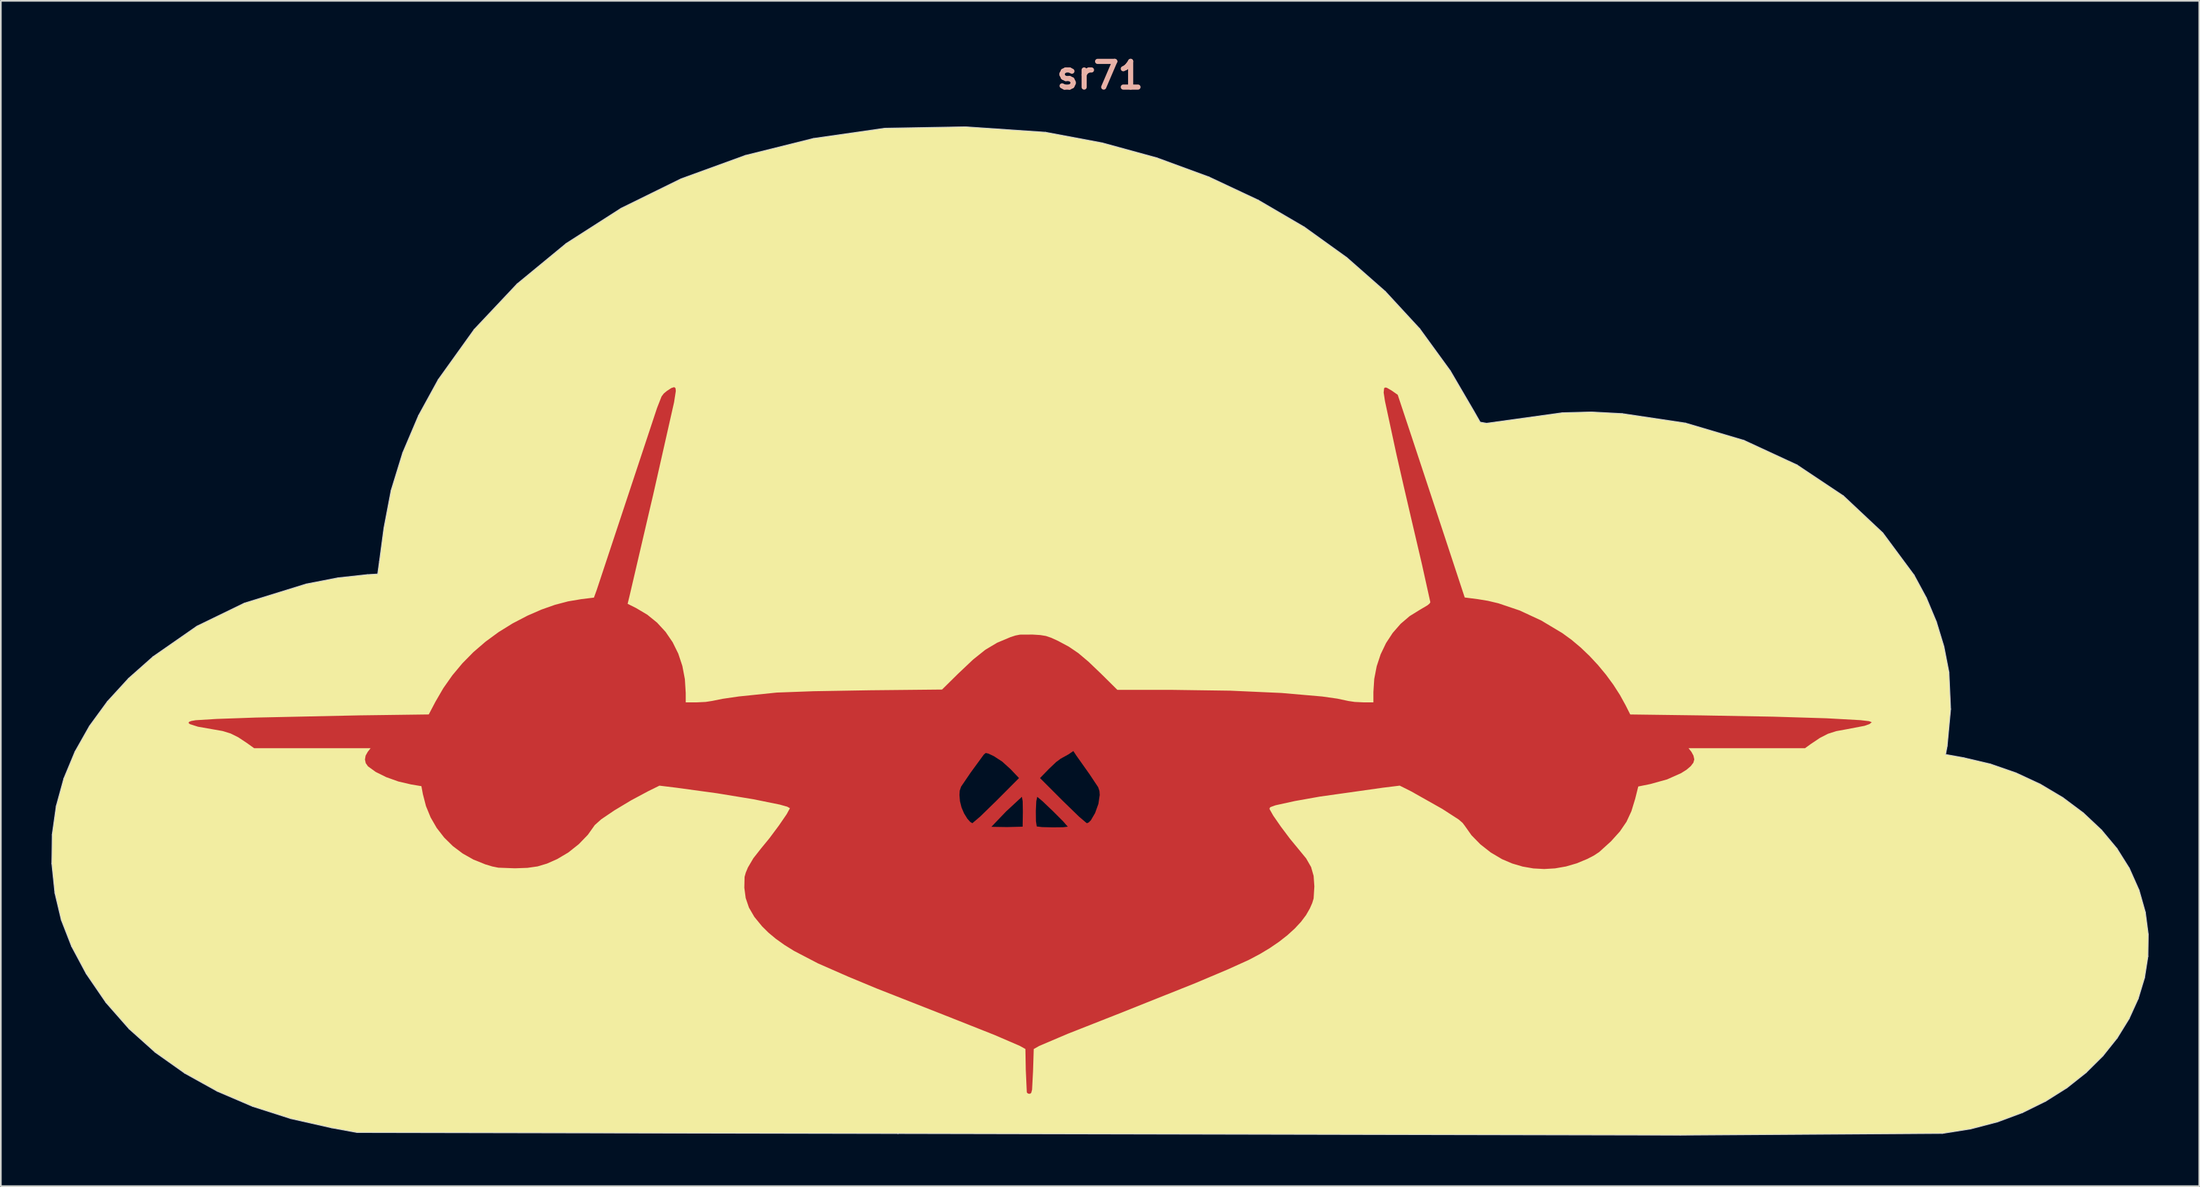
<source format=kicad_pcb>
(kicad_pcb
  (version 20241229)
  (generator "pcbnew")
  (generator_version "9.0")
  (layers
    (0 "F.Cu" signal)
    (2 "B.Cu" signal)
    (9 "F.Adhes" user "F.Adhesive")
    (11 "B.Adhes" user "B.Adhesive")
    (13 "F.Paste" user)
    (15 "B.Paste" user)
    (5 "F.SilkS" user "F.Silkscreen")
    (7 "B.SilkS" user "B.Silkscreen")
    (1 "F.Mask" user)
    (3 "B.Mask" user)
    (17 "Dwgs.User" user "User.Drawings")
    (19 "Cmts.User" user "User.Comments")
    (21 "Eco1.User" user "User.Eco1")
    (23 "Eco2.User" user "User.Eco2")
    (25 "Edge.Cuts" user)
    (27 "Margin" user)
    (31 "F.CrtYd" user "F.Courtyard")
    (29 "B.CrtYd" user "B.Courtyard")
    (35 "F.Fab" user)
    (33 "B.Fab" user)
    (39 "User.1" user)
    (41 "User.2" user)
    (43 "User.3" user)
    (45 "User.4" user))
  (footprint "sr71"
    (layer "F.Cu")
    (at 62.193 34.376)
    (property "Reference" "sr71" (at 0 -32.95 0) (layer "B.SilkS") (effects (font (size 1.524 1.524) (thickness 0.305))))
    (attr smd)
    (fp_poly (pts (xy -7.977 -29.902) (xy -1.584 7.122) (xy -1.399 7.401) (xy -0.617 8.506) (xy -0.114 9.263) (xy -0.036 9.49) (xy -0.019 9.726) (xy -0.098 10.254) (xy -0.295 10.801) (xy -0.545 11.229) (xy -0.671 11.356) (xy -0.787 11.402) (xy -1.25 11.009) (xy -2.223 10.063) (xy -3.56 8.724) (xy -3.025 8.173) (xy -2.6 7.77) (xy -2.332 7.572) (xy -1.879 7.322) (xy -1.584 7.122) (xy -1.584 7.122) (xy -7.977 -29.902) (xy -6.785 7.237) (xy -6.624 7.271) (xy -6.298 7.426) (xy -5.805 7.746) (xy -5.307 8.197) (xy -4.806 8.724) (xy -6.14 10.063) (xy -7.111 11.009) (xy -7.574 11.402) (xy -7.702 11.323) (xy -7.871 11.134) (xy -8.069 10.813) (xy -8.217 10.463) (xy -8.308 10.098) (xy -8.339 9.732) (xy -8.323 9.472) (xy -8.241 9.232) (xy -7.671 8.395) (xy -6.897 7.335) (xy -6.785 7.237) (xy -6.785 7.237) (xy -7.977 -29.902) (xy -4.635 9.836) (xy -4.589 10.097) (xy -4.578 10.722) (xy -4.592 11.608) (xy -5.519 11.631) (xy -6.446 11.616) (xy -5.568 10.7) (xy -4.635 9.836) (xy -4.635 9.836) (xy -4.635 9.836) (xy -7.977 -29.902) (xy -3.725 9.836) (xy -3.407 10.102) (xy -2.789 10.692) (xy -2.185 11.297) (xy -1.914 11.608) (xy -2.193 11.641) (xy -2.811 11.648) (xy -3.44 11.632) (xy -3.754 11.594) (xy -3.802 11.281) (xy -3.809 10.681) (xy -3.782 10.098) (xy -3.725 9.836) (xy -3.725 9.836) (xy -3.725 9.836) (xy -7.977 -29.902) (xy -12.767 -29.818) (xy -16.992 -29.213) (xy -21.031 -28.207) (xy -24.847 -26.819) (xy -28.401 -25.072) (xy -31.657 -22.986) (xy -34.574 -20.583) (xy -37.117 -17.884) (xy -39.248 -14.91) (xy -40.418 -12.778) (xy -41.356 -10.571) (xy -42.046 -8.332) (xy -42.47 -6.107) (xy -42.736 -4.112) (xy -42.839 -3.376) (xy -43.452 -3.341) (xy -45.19 -3.152) (xy -47.072 -2.787) (xy -50.746 -1.651) (xy -53.56 -0.284) (xy -56.166 1.527) (xy -57.613 2.809) (xy -58.869 4.181) (xy -59.931 5.635) (xy -60.794 7.16) (xy -61.454 8.747) (xy -61.905 10.389) (xy -62.144 12.076) (xy -62.166 13.798) (xy -61.985 15.538) (xy -61.605 17.14) (xy -60.996 18.704) (xy -60.127 20.328) (xy -58.956 22.039) (xy -57.588 23.596) (xy -56.029 24.994) (xy -54.284 26.229) (xy -52.359 27.298) (xy -50.26 28.197) (xy -47.993 28.923) (xy -45.563 29.471) (xy -44.065 29.745) (xy -11.986 29.807) (xy -11.986 29.807) (xy -11.986 29.807) (xy 34.41 29.902) (xy 49.951 29.802) (xy 51.636 29.534) (xy 53.226 29.118) (xy 54.713 28.565) (xy 56.089 27.886) (xy 57.346 27.093) (xy 58.477 26.197) (xy 59.473 25.209) (xy 60.326 24.141) (xy 61.028 23.004) (xy 61.571 21.81) (xy 61.947 20.569) (xy 62.148 19.294) (xy 62.166 17.995) (xy 61.994 16.685) (xy 61.622 15.373) (xy 61.043 14.072) (xy 60.307 12.901) (xy 59.391 11.803) (xy 58.315 10.792) (xy 57.098 9.882) (xy 55.761 9.087) (xy 54.325 8.419) (xy 52.81 7.893) (xy 51.235 7.522) (xy 50.145 7.325) (xy 50.24 6.821) (xy 50.443 4.636) (xy 50.345 2.451) (xy 50.048 0.925) (xy 49.6 -0.548) (xy 49.007 -1.964) (xy 48.277 -3.317) (xy 46.423 -5.817) (xy 44.091 -8.008) (xy 41.33 -9.85) (xy 38.189 -11.304) (xy 34.719 -12.331) (xy 30.969 -12.89) (xy 29.14 -12.988) (xy 27.418 -12.942) (xy 22.925 -12.319) (xy 22.544 -12.384) (xy 22.176 -13.028) (xy 20.771 -15.434) (xy 18.959 -17.925) (xy 16.922 -20.132) (xy 14.634 -22.146) (xy 12.113 -23.957) (xy 9.382 -25.554) (xy 6.461 -26.926) (xy 3.37 -28.061) (xy 0.13 -28.949) (xy -3.237 -29.58) (xy -7.977 -29.902)) (stroke (width 0) (type solid)) (fill yes) (layer "F.Cu"))
    (fp_poly (pts (xy -3.754 11.594) (xy -3.725 9.837) (xy -1.914 11.608) (xy -3.754 11.594) (xy -3.754 11.594)) (stroke (width 0.022) (type solid)) (fill yes) (layer "F.Mask"))
    (fp_poly (pts (xy -6.446 11.616) (xy -4.636 9.837) (xy -4.578 10.722) (xy -4.592 11.608) (xy -5.519 11.631) (xy -6.446 11.616) (xy -6.446 11.616)) (stroke (width 0.022) (type solid)) (fill yes) (layer "F.Mask"))
    (fp_poly (pts (xy -7.871 11.134) (xy -8.339 9.732) (xy -7.672 8.395) (xy -6.897 7.335) (xy -6.298 7.426) (xy -5.307 8.197) (xy -4.806 8.724) (xy -6.14 10.063) (xy -7.573 11.402) (xy -7.871 11.134) (xy -7.871 11.134)) (stroke (width 0.022) (type solid)) (fill yes) (layer "F.Mask"))
    (fp_poly (pts (xy -2.181 10.073) (xy -3.518 8.735) (xy -2.983 8.184) (xy -2.29 7.583) (xy -1.837 7.333) (xy -1.542 7.132) (xy -1.357 7.412) (xy -0.574 8.517) (xy 0.023 9.736) (xy -0.744 11.412) (xy -2.181 10.073)) (stroke (width 0.022) (type solid)) (fill yes) (layer "F.Mask"))
    (fp_poly (pts (xy 26.332 3.115) (xy 23.359 5.336) (xy 24.045 4.838) (xy 24.798 4.468) (xy 25.486 4.311) (xy 26.35 4.246) (xy 26.35 4.246) (xy 26.851 4.258) (xy 27.274 4.312) (xy 27.683 4.424) (xy 28.095 4.589) (xy 28.5 4.799) (xy 28.891 5.049) (xy 29.257 5.332) (xy 29.59 5.642) (xy 29.88 5.971) (xy 30.118 6.314) (xy 30.406 6.845) (xy 30.598 7.343) (xy 30.714 7.872) (xy 30.773 8.494) (xy 30.774 9.31) (xy 30.715 9.63) (xy 30.603 10.02) (xy 30.396 10.58) (xy 30.14 11.069) (xy 29.814 11.52) (xy 29.4 11.964) (xy 28.915 12.351) (xy 28.324 12.695) (xy 27.692 12.963) (xy 27.081 13.124) (xy 26.625 13.18) (xy 26.183 13.194) (xy 25.752 13.166) (xy 25.332 13.095) (xy 24.921 12.981) (xy 24.519 12.824) (xy 24.124 12.623) (xy 23.735 12.379) (xy 23.36 12.109) (xy 23.089 11.874) (xy 22.857 11.606) (xy 22.598 11.24) (xy 22.29 10.705) (xy 22.058 10.137) (xy 21.905 9.546) (xy 21.83 8.942) (xy 21.834 8.336) (xy 21.918 7.736) (xy 22.082 7.155) (xy 22.327 6.602) (xy 22.532 6.261) (xy 22.775 5.934) (xy 23.359 5.336) (xy 26.332 3.115) (xy 25.512 3.152) (xy 24.863 3.28) (xy 24.044 3.622) (xy 23.315 4.061) (xy 22.682 4.588) (xy 22.15 5.196) (xy 21.726 5.876) (xy 21.415 6.621) (xy 21.223 7.422) (xy 21.157 8.273) (xy 21.223 9.094) (xy 21.42 9.882) (xy 21.739 10.623) (xy 22.17 11.305) (xy 22.704 11.918) (xy 23.333 12.448) (xy 24.047 12.883) (xy 24.838 13.212) (xy 24.838 13.212) (xy 25.489 13.341) (xy 26.295 13.383) (xy 27.113 13.339) (xy 27.8 13.207) (xy 28.653 12.865) (xy 29.425 12.389) (xy 30.099 11.792) (xy 30.393 11.452) (xy 30.655 11.086) (xy 30.969 10.536) (xy 31.213 9.958) (xy 31.386 9.361) (xy 31.488 8.752) (xy 31.516 8.138) (xy 31.471 7.527) (xy 31.353 6.927) (xy 31.159 6.344) (xy 30.913 5.828) (xy 30.608 5.34) (xy 30.249 4.884) (xy 29.842 4.468) (xy 29.395 4.096) (xy 28.914 3.774) (xy 28.404 3.509) (xy 27.873 3.307) (xy 27.17 3.167) (xy 26.332 3.115) (xy 26.332 3.115)) (stroke (width 0) (type solid)) (fill yes) (layer "F.Mask"))
    (fp_poly (pts (xy -34.528 3.098) (xy -37.273 5.181) (xy -36.848 4.876) (xy -36.28 4.588) (xy -35.629 4.382) (xy -34.933 4.263) (xy -34.23 4.238) (xy -34.23 4.238) (xy -34.23 4.238) (xy -33.777 4.276) (xy -33.35 4.36) (xy -32.79 4.553) (xy -32.251 4.83) (xy -31.745 5.179) (xy -31.283 5.588) (xy -30.876 6.048) (xy -30.536 6.546) (xy -30.273 7.071) (xy -30.099 7.612) (xy -30.029 8.141) (xy -30.015 8.789) (xy -30.053 9.427) (xy -30.141 9.925) (xy -30.372 10.539) (xy -30.685 11.107) (xy -31.072 11.62) (xy -31.525 12.073) (xy -32.035 12.457) (xy -32.595 12.766) (xy -33.194 12.991) (xy -33.826 13.127) (xy -33.826 13.127) (xy -34.568 13.205) (xy -35.57 13.037) (xy -36.008 12.909) (xy -36.412 12.748) (xy -36.786 12.552) (xy -37.136 12.318) (xy -37.468 12.044) (xy -37.786 11.727) (xy -38.115 11.329) (xy -38.388 10.907) (xy -38.608 10.465) (xy -38.775 10.006) (xy -38.889 9.536) (xy -38.952 9.06) (xy -38.963 8.58) (xy -38.923 8.103) (xy -38.833 7.632) (xy -38.693 7.171) (xy -38.505 6.725) (xy -38.268 6.299) (xy -37.983 5.897) (xy -37.651 5.522) (xy -37.273 5.181) (xy -34.528 3.098) (xy -34.829 3.109) (xy -35.764 3.243) (xy -36.195 3.365) (xy -36.605 3.524) (xy -36.996 3.723) (xy -37.371 3.961) (xy -37.732 4.241) (xy -38.082 4.563) (xy -38.702 5.265) (xy -39.156 5.984) (xy -39.466 6.765) (xy -39.656 7.653) (xy -39.699 8.356) (xy -39.629 9.071) (xy -39.448 9.798) (xy -39.153 10.537) (xy -38.856 11.066) (xy -38.483 11.562) (xy -38.045 12.015) (xy -37.554 12.419) (xy -37.02 12.765) (xy -36.454 13.045) (xy -35.867 13.252) (xy -35.27 13.376) (xy -34.727 13.423) (xy -34.195 13.417) (xy -33.676 13.36) (xy -33.174 13.254) (xy -32.69 13.101) (xy -32.227 12.903) (xy -31.788 12.662) (xy -31.376 12.38) (xy -30.993 12.058) (xy -30.642 11.7) (xy -30.326 11.306) (xy -30.046 10.879) (xy -29.806 10.421) (xy -29.608 9.934) (xy -29.455 9.42) (xy -29.35 8.88) (xy -29.308 8.357) (xy -29.329 7.82) (xy -29.411 7.278) (xy -29.551 6.742) (xy -29.746 6.219) (xy -29.993 5.72) (xy -30.289 5.253) (xy -30.631 4.827) (xy -31.035 4.423) (xy -31.467 4.072) (xy -31.924 3.773) (xy -32.406 3.527) (xy -32.909 3.336) (xy -33.431 3.201) (xy -33.972 3.121) (xy -34.528 3.098) (xy -34.528 3.098) (xy -34.528 3.098)) (stroke (width 0) (type solid)) (fill yes) (layer "F.Mask"))
    (fp_poly (pts (xy -7.977 -29.902) (xy -25.255 -14.464) (xy -25.18 -14.404) (xy -25.16 -14.239) (xy -25.265 -13.563) (xy -26.503 -8.084) (xy -26.668 -7.383) (xy -27.903 -2.087) (xy -28.019 -1.612) (xy -27.511 -1.357) (xy -26.854 -0.967) (xy -26.273 -0.496) (xy -25.77 0.051) (xy -25.35 0.665) (xy -25.016 1.342) (xy -24.773 2.074) (xy -24.624 2.855) (xy -24.573 3.678) (xy -24.572 4.234) (xy -23.933 4.234) (xy -23.397 4.209) (xy -23.006 4.149) (xy -22.395 4.025) (xy -21.425 3.884) (xy -19.175 3.653) (xy -16.998 3.573) (xy -13.614 3.516) (xy -9.371 3.474) (xy -8.423 2.539) (xy -7.529 1.694) (xy -6.798 1.11) (xy -6.103 0.697) (xy -5.314 0.365) (xy -5.019 0.269) (xy -4.748 0.217) (xy -3.996 0.213) (xy -3.539 0.242) (xy -3.207 0.297) (xy -2.893 0.404) (xy -2.491 0.589) (xy -1.858 0.927) (xy -1.288 1.314) (xy -0.68 1.827) (xy 0.071 2.546) (xy 1.026 3.492) (xy 4.273 3.493) (xy 7.723 3.541) (xy 10.764 3.677) (xy 13.173 3.886) (xy 14.072 4.013) (xy 14.729 4.153) (xy 15.108 4.209) (xy 15.615 4.233) (xy 16.212 4.234) (xy 16.212 3.623) (xy 16.262 2.845) (xy 16.407 2.095) (xy 16.642 1.383) (xy 16.961 0.718) (xy 17.358 0.113) (xy 17.828 -0.425) (xy 18.364 -0.883) (xy 18.961 -1.252) (xy 19.419 -1.523) (xy 19.545 -1.629) (xy 19.589 -1.706) (xy 19.087 -3.972) (xy 18.462 -6.642) (xy 18.232 -7.63) (xy 17.993 -8.66) (xy 17.57 -10.514) (xy 16.899 -13.629) (xy 16.82 -14.144) (xy 16.849 -14.401) (xy 16.909 -14.442) (xy 17.004 -14.429) (xy 17.303 -14.255) (xy 17.654 -14.009) (xy 18.447 -11.623) (xy 20.434 -5.612) (xy 21.628 -1.987) (xy 22.401 -1.888) (xy 23.004 -1.789) (xy 23.624 -1.642) (xy 24.895 -1.213) (xy 26.173 -0.618) (xy 27.416 0.126) (xy 27.966 0.526) (xy 28.508 0.982) (xy 29.034 1.485) (xy 29.537 2.026) (xy 30.01 2.597) (xy 30.444 3.189) (xy 30.833 3.794) (xy 31.168 4.403) (xy 31.445 4.952) (xy 35.714 5.008) (xy 39.907 5.082) (xy 43.086 5.178) (xy 45.093 5.289) (xy 45.607 5.349) (xy 45.769 5.41) (xy 45.642 5.518) (xy 45.341 5.626) (xy 44.257 5.833) (xy 43.662 5.941) (xy 43.166 6.1) (xy 42.688 6.346) (xy 42.145 6.711) (xy 41.811 6.953) (xy 38.357 6.953) (xy 34.903 6.953) (xy 35.074 7.17) (xy 35.194 7.391) (xy 35.244 7.616) (xy 35.19 7.812) (xy 35.033 8.018) (xy 34.788 8.227) (xy 34.464 8.432) (xy 33.632 8.803) (xy 32.633 9.08) (xy 31.921 9.224) (xy 31.738 9.955) (xy 31.512 10.694) (xy 31.222 11.318) (xy 30.831 11.891) (xy 30.301 12.479) (xy 29.6 13.114) (xy 29.28 13.324) (xy 28.9 13.521) (xy 28.271 13.782) (xy 27.632 13.968) (xy 26.987 14.081) (xy 26.342 14.119) (xy 25.699 14.084) (xy 25.065 13.974) (xy 24.443 13.791) (xy 23.839 13.533) (xy 23.173 13.139) (xy 22.553 12.651) (xy 22.026 12.112) (xy 21.637 11.561) (xy 21.5 11.381) (xy 21.261 11.176) (xy 20.302 10.556) (xy 18.455 9.514) (xy 17.774 9.173) (xy 16.766 9.297) (xy 13.026 9.825) (xy 11.553 10.087) (xy 10.409 10.338) (xy 10.112 10.444) (xy 10.058 10.501) (xy 10.055 10.569) (xy 10.271 10.951) (xy 10.724 11.605) (xy 11.267 12.328) (xy 11.752 12.916) (xy 12.223 13.49) (xy 12.516 14.001) (xy 12.667 14.528) (xy 12.71 15.151) (xy 12.667 15.864) (xy 12.586 16.133) (xy 12.443 16.458) (xy 12.219 16.85) (xy 11.921 17.247) (xy 11.551 17.646) (xy 11.116 18.042) (xy 10.62 18.431) (xy 10.069 18.808) (xy 9.467 19.169) (xy 8.82 19.511) (xy 7.562 20.08) (xy 5.645 20.89) (xy 1.134 22.691) (xy -1.915 23.892) (xy -3.603 24.61) (xy -3.933 24.796) (xy -3.974 26.11) (xy -4.032 27.211) (xy -4.082 27.397) (xy -4.159 27.453) (xy -4.273 27.44) (xy -4.344 27.371) (xy -4.405 26.029) (xy -4.427 24.795) (xy -4.757 24.61) (xy -6.26 23.962) (xy -9.165 22.811) (xy -13.243 21.207) (xy -14.932 20.505) (xy -16.734 19.714) (xy -18.147 18.977) (xy -18.726 18.617) (xy -19.23 18.257) (xy -19.667 17.893) (xy -20.044 17.52) (xy -20.504 16.957) (xy -20.824 16.407) (xy -21.017 15.84) (xy -21.098 15.228) (xy -21.083 14.585) (xy -21.013 14.335) (xy -20.885 14.029) (xy -20.561 13.478) (xy -20.104 12.897) (xy -19.61 12.295) (xy -19.047 11.539) (xy -18.585 10.866) (xy -18.393 10.513) (xy -18.55 10.423) (xy -18.991 10.299) (xy -20.549 9.982) (xy -22.712 9.627) (xy -25.125 9.297) (xy -26.132 9.174) (xy -26.809 9.508) (xy -27.812 10.045) (xy -28.801 10.639) (xy -29.584 11.169) (xy -29.968 11.513) (xy -30.377 12.088) (xy -30.914 12.644) (xy -31.535 13.137) (xy -32.193 13.528) (xy -32.801 13.797) (xy -33.359 13.964) (xy -33.962 14.05) (xy -34.706 14.076) (xy -35.685 14.04) (xy -36.043 13.968) (xy -36.461 13.842) (xy -37.16 13.561) (xy -37.803 13.198) (xy -38.386 12.759) (xy -38.9 12.252) (xy -39.342 11.683) (xy -39.703 11.059) (xy -39.979 10.387) (xy -40.163 9.675) (xy -40.25 9.205) (xy -40.864 9.102) (xy -41.612 8.928) (xy -42.333 8.671) (xy -42.958 8.362) (xy -43.419 8.028) (xy -43.551 7.841) (xy -43.598 7.623) (xy -43.559 7.393) (xy -43.434 7.17) (xy -43.263 6.953) (xy -46.716 6.953) (xy -50.169 6.953) (xy -50.615 6.635) (xy -51.116 6.303) (xy -51.564 6.081) (xy -52.041 5.934) (xy -52.633 5.83) (xy -53.501 5.678) (xy -53.979 5.527) (xy -54.061 5.457) (xy -54.035 5.393) (xy -53.895 5.338) (xy -53.638 5.293) (xy -52.399 5.217) (xy -50.09 5.136) (xy -43.913 5.005) (xy -39.814 4.951) (xy -39.416 4.194) (xy -38.949 3.391) (xy -38.416 2.632) (xy -37.82 1.918) (xy -37.163 1.251) (xy -36.446 0.634) (xy -35.671 0.066) (xy -34.84 -0.449) (xy -33.955 -0.91) (xy -33.124 -1.272) (xy -32.326 -1.553) (xy -31.548 -1.757) (xy -30.775 -1.887) (xy -30.017 -1.98) (xy -29.851 -2.437) (xy -26.275 -13.225) (xy -26.008 -13.907) (xy -25.875 -14.085) (xy -25.696 -14.234) (xy -25.426 -14.411) (xy -25.255 -14.464) (xy -25.255 -14.464) (xy -25.255 -14.464) (xy -7.977 -29.902) (xy -12.767 -29.818) (xy -16.992 -29.213) (xy -21.031 -28.207) (xy -24.847 -26.819) (xy -28.401 -25.072) (xy -31.657 -22.986) (xy -34.574 -20.583) (xy -37.117 -17.884) (xy -39.248 -14.91) (xy -40.418 -12.778) (xy -41.356 -10.571) (xy -42.046 -8.332) (xy -42.47 -6.107) (xy -42.736 -4.112) (xy -42.839 -3.376) (xy -43.452 -3.341) (xy -45.19 -3.152) (xy -47.072 -2.787) (xy -50.746 -1.651) (xy -53.56 -0.284) (xy -56.166 1.527) (xy -57.613 2.809) (xy -58.869 4.181) (xy -59.931 5.635) (xy -60.794 7.16) (xy -61.454 8.747) (xy -61.905 10.389) (xy -62.144 12.076) (xy -62.166 13.798) (xy -61.985 15.538) (xy -61.605 17.14) (xy -60.996 18.704) (xy -60.127 20.328) (xy -58.956 22.039) (xy -57.588 23.596) (xy -56.029 24.994) (xy -54.284 26.229) (xy -52.359 27.298) (xy -50.26 28.197) (xy -47.993 28.923) (xy -45.563 29.471) (xy -44.065 29.745) (xy -11.986 29.807) (xy -11.986 29.807) (xy -11.986 29.807) (xy 34.41 29.902) (xy 49.951 29.802) (xy 51.636 29.534) (xy 53.226 29.118) (xy 54.713 28.565) (xy 56.089 27.886) (xy 57.346 27.093) (xy 58.477 26.197) (xy 59.473 25.209) (xy 60.326 24.141) (xy 61.028 23.004) (xy 61.571 21.81) (xy 61.947 20.569) (xy 62.148 19.294) (xy 62.166 17.995) (xy 61.994 16.685) (xy 61.622 15.373) (xy 61.043 14.072) (xy 60.307 12.901) (xy 59.391 11.803) (xy 58.315 10.792) (xy 57.098 9.882) (xy 55.761 9.087) (xy 54.325 8.419) (xy 52.81 7.893) (xy 51.235 7.522) (xy 50.145 7.325) (xy 50.24 6.821) (xy 50.443 4.636) (xy 50.345 2.451) (xy 50.048 0.925) (xy 49.6 -0.548) (xy 49.007 -1.964) (xy 48.277 -3.317) (xy 46.423 -5.817) (xy 44.091 -8.008) (xy 41.33 -9.85) (xy 38.189 -11.304) (xy 34.719 -12.331) (xy 30.969 -12.89) (xy 29.14 -12.988) (xy 27.418 -12.942) (xy 22.925 -12.319) (xy 22.544 -12.384) (xy 22.176 -13.028) (xy 20.771 -15.434) (xy 18.959 -17.925) (xy 16.922 -20.132) (xy 14.634 -22.146) (xy 12.113 -23.957) (xy 9.382 -25.554) (xy 6.461 -26.926) (xy 3.37 -28.061) (xy 0.13 -28.949) (xy -3.237 -29.58) (xy -7.977 -29.902)) (stroke (width 0) (type solid)) (fill yes) (layer "F.SilkS"))
    (fp_line (start -62.166 13.798) (end -62.144 12.076) (stroke (width 0.053) (type solid)) (layer "Edge.Cuts"))
    (fp_line (start -62.144 12.076) (end -61.905 10.389) (stroke (width 0.053) (type solid)) (layer "Edge.Cuts"))
    (fp_line (start -61.985 15.539) (end -62.166 13.798) (stroke (width 0.053) (type solid)) (layer "Edge.Cuts"))
    (fp_line (start -61.905 10.389) (end -61.454 8.747) (stroke (width 0.053) (type solid)) (layer "Edge.Cuts"))
    (fp_line (start -61.605 17.14) (end -61.985 15.539) (stroke (width 0.053) (type solid)) (layer "Edge.Cuts"))
    (fp_line (start -61.454 8.747) (end -60.794 7.159) (stroke (width 0.053) (type solid)) (layer "Edge.Cuts"))
    (fp_line (start -60.996 18.703) (end -61.605 17.14) (stroke (width 0.053) (type solid)) (layer "Edge.Cuts"))
    (fp_line (start -60.794 7.159) (end -59.932 5.635) (stroke (width 0.053) (type solid)) (layer "Edge.Cuts"))
    (fp_line (start -60.127 20.328) (end -60.996 18.703) (stroke (width 0.053) (type solid)) (layer "Edge.Cuts"))
    (fp_line (start -59.932 5.635) (end -58.87 4.182) (stroke (width 0.053) (type solid)) (layer "Edge.Cuts"))
    (fp_line (start -58.956 22.039) (end -60.127 20.328) (stroke (width 0.053) (type solid)) (layer "Edge.Cuts"))
    (fp_line (start -58.87 4.182) (end -57.613 2.81) (stroke (width 0.053) (type solid)) (layer "Edge.Cuts"))
    (fp_line (start -57.613 2.81) (end -56.166 1.528) (stroke (width 0.053) (type solid)) (layer "Edge.Cuts"))
    (fp_line (start -57.588 23.596) (end -58.956 22.039) (stroke (width 0.053) (type solid)) (layer "Edge.Cuts"))
    (fp_line (start -56.166 1.528) (end -53.56 -0.285) (stroke (width 0.053) (type solid)) (layer "Edge.Cuts"))
    (fp_line (start -56.029 24.993) (end -57.588 23.596) (stroke (width 0.053) (type solid)) (layer "Edge.Cuts"))
    (fp_line (start -54.284 26.229) (end -56.029 24.993) (stroke (width 0.053) (type solid)) (layer "Edge.Cuts"))
    (fp_line (start -53.56 -0.285) (end -50.746 -1.651) (stroke (width 0.053) (type solid)) (layer "Edge.Cuts"))
    (fp_line (start -52.359 27.298) (end -54.284 26.229) (stroke (width 0.053) (type solid)) (layer "Edge.Cuts"))
    (fp_line (start -50.746 -1.651) (end -47.072 -2.787) (stroke (width 0.053) (type solid)) (layer "Edge.Cuts"))
    (fp_line (start -50.26 28.197) (end -52.359 27.298) (stroke (width 0.053) (type solid)) (layer "Edge.Cuts"))
    (fp_line (start -47.993 28.923) (end -50.26 28.197) (stroke (width 0.053) (type solid)) (layer "Edge.Cuts"))
    (fp_line (start -47.072 -2.787) (end -45.19 -3.152) (stroke (width 0.053) (type solid)) (layer "Edge.Cuts"))
    (fp_line (start -45.563 29.471) (end -47.993 28.923) (stroke (width 0.053) (type solid)) (layer "Edge.Cuts"))
    (fp_line (start -45.19 -3.152) (end -43.452 -3.341) (stroke (width 0.053) (type solid)) (layer "Edge.Cuts"))
    (fp_line (start -44.064 29.745) (end -45.563 29.471) (stroke (width 0.053) (type solid)) (layer "Edge.Cuts"))
    (fp_line (start -43.452 -3.341) (end -42.839 -3.376) (stroke (width 0.053) (type solid)) (layer "Edge.Cuts"))
    (fp_line (start -42.839 -3.376) (end -42.737 -4.112) (stroke (width 0.053) (type solid)) (layer "Edge.Cuts"))
    (fp_line (start -42.737 -4.112) (end -42.47 -6.107) (stroke (width 0.053) (type solid)) (layer "Edge.Cuts"))
    (fp_line (start -42.47 -6.107) (end -42.045 -8.332) (stroke (width 0.053) (type solid)) (layer "Edge.Cuts"))
    (fp_line (start -42.045 -8.332) (end -41.356 -10.571) (stroke (width 0.053) (type solid)) (layer "Edge.Cuts"))
    (fp_line (start -41.356 -10.571) (end -40.418 -12.778) (stroke (width 0.053) (type solid)) (layer "Edge.Cuts"))
    (fp_line (start -40.418 -12.778) (end -39.248 -14.911) (stroke (width 0.053) (type solid)) (layer "Edge.Cuts"))
    (fp_line (start -39.248 -14.911) (end -37.117 -17.884) (stroke (width 0.053) (type solid)) (layer "Edge.Cuts"))
    (fp_line (start -37.117 -17.884) (end -34.574 -20.583) (stroke (width 0.053) (type solid)) (layer "Edge.Cuts"))
    (fp_line (start -34.574 -20.583) (end -31.656 -22.986) (stroke (width 0.053) (type solid)) (layer "Edge.Cuts"))
    (fp_line (start -31.656 -22.986) (end -28.401 -25.072) (stroke (width 0.053) (type solid)) (layer "Edge.Cuts"))
    (fp_line (start -28.401 -25.072) (end -24.847 -26.819) (stroke (width 0.053) (type solid)) (layer "Edge.Cuts"))
    (fp_line (start -24.847 -26.819) (end -21.031 -28.207) (stroke (width 0.053) (type solid)) (layer "Edge.Cuts"))
    (fp_line (start -21.031 -28.207) (end -16.992 -29.213) (stroke (width 0.053) (type solid)) (layer "Edge.Cuts"))
    (fp_line (start -16.992 -29.213) (end -12.767 -29.818) (stroke (width 0.053) (type solid)) (layer "Edge.Cuts"))
    (fp_line (start -12.767 -29.818) (end -7.977 -29.902) (stroke (width 0.053) (type solid)) (layer "Edge.Cuts"))
    (fp_line (start -11.986 29.807) (end -44.064 29.745) (stroke (width 0.053) (type solid)) (layer "Edge.Cuts"))
    (fp_line (start -11.986 29.807) (end -11.986 29.807) (stroke (width 0.053) (type solid)) (layer "Edge.Cuts"))
    (fp_line (start -11.986 29.807) (end -11.986 29.807) (stroke (width 0.053) (type solid)) (layer "Edge.Cuts"))
    (fp_line (start -7.977 -29.902) (end -3.237 -29.58) (stroke (width 0.053) (type solid)) (layer "Edge.Cuts"))
    (fp_line (start -3.237 -29.58) (end 0.13 -28.949) (stroke (width 0.053) (type solid)) (layer "Edge.Cuts"))
    (fp_line (start 0.13 -28.949) (end 3.37 -28.061) (stroke (width 0.053) (type solid)) (layer "Edge.Cuts"))
    (fp_line (start 3.37 -28.061) (end 6.461 -26.926) (stroke (width 0.053) (type solid)) (layer "Edge.Cuts"))
    (fp_line (start 6.461 -26.926) (end 9.382 -25.554) (stroke (width 0.053) (type solid)) (layer "Edge.Cuts"))
    (fp_line (start 9.382 -25.554) (end 12.114 -23.957) (stroke (width 0.053) (type solid)) (layer "Edge.Cuts"))
    (fp_line (start 12.114 -23.957) (end 14.634 -22.146) (stroke (width 0.053) (type solid)) (layer "Edge.Cuts"))
    (fp_line (start 14.634 -22.146) (end 16.923 -20.132) (stroke (width 0.053) (type solid)) (layer "Edge.Cuts"))
    (fp_line (start 16.923 -20.132) (end 18.959 -17.925) (stroke (width 0.053) (type solid)) (layer "Edge.Cuts"))
    (fp_line (start 18.959 -17.925) (end 20.771 -15.434) (stroke (width 0.053) (type solid)) (layer "Edge.Cuts"))
    (fp_line (start 20.771 -15.434) (end 22.177 -13.028) (stroke (width 0.053) (type solid)) (layer "Edge.Cuts"))
    (fp_line (start 22.177 -13.028) (end 22.545 -12.384) (stroke (width 0.053) (type solid)) (layer "Edge.Cuts"))
    (fp_line (start 22.545 -12.384) (end 22.925 -12.319) (stroke (width 0.053) (type solid)) (layer "Edge.Cuts"))
    (fp_line (start 22.925 -12.319) (end 27.418 -12.942) (stroke (width 0.053) (type solid)) (layer "Edge.Cuts"))
    (fp_line (start 27.418 -12.942) (end 29.14 -12.988) (stroke (width 0.053) (type solid)) (layer "Edge.Cuts"))
    (fp_line (start 29.14 -12.988) (end 30.969 -12.891) (stroke (width 0.053) (type solid)) (layer "Edge.Cuts"))
    (fp_line (start 30.969 -12.891) (end 34.719 -12.331) (stroke (width 0.053) (type solid)) (layer "Edge.Cuts"))
    (fp_line (start 34.41 29.902) (end -11.986 29.807) (stroke (width 0.053) (type solid)) (layer "Edge.Cuts"))
    (fp_line (start 34.719 -12.331) (end 38.189 -11.304) (stroke (width 0.053) (type solid)) (layer "Edge.Cuts"))
    (fp_line (start 38.189 -11.304) (end 41.33 -9.85) (stroke (width 0.053) (type solid)) (layer "Edge.Cuts"))
    (fp_line (start 41.33 -9.85) (end 44.091 -8.008) (stroke (width 0.053) (type solid)) (layer "Edge.Cuts"))
    (fp_line (start 44.091 -8.008) (end 46.424 -5.817) (stroke (width 0.053) (type solid)) (layer "Edge.Cuts"))
    (fp_line (start 46.424 -5.817) (end 48.276 -3.317) (stroke (width 0.053) (type solid)) (layer "Edge.Cuts"))
    (fp_line (start 48.276 -3.317) (end 49.008 -1.964) (stroke (width 0.053) (type solid)) (layer "Edge.Cuts"))
    (fp_line (start 49.008 -1.964) (end 49.6 -0.548) (stroke (width 0.053) (type solid)) (layer "Edge.Cuts"))
    (fp_line (start 49.6 -0.548) (end 50.048 0.925) (stroke (width 0.053) (type solid)) (layer "Edge.Cuts"))
    (fp_line (start 49.951 29.801) (end 34.41 29.902) (stroke (width 0.053) (type solid)) (layer "Edge.Cuts"))
    (fp_line (start 50.048 0.925) (end 50.345 2.451) (stroke (width 0.053) (type solid)) (layer "Edge.Cuts"))
    (fp_line (start 50.145 7.325) (end 51.235 7.523) (stroke (width 0.053) (type solid)) (layer "Edge.Cuts"))
    (fp_line (start 50.24 6.82) (end 50.145 7.325) (stroke (width 0.053) (type solid)) (layer "Edge.Cuts"))
    (fp_line (start 50.345 2.451) (end 50.443 4.636) (stroke (width 0.053) (type solid)) (layer "Edge.Cuts"))
    (fp_line (start 50.443 4.636) (end 50.24 6.82) (stroke (width 0.053) (type solid)) (layer "Edge.Cuts"))
    (fp_line (start 51.235 7.523) (end 52.809 7.894) (stroke (width 0.053) (type solid)) (layer "Edge.Cuts"))
    (fp_line (start 51.636 29.534) (end 49.951 29.801) (stroke (width 0.053) (type solid)) (layer "Edge.Cuts"))
    (fp_line (start 52.809 7.894) (end 54.325 8.42) (stroke (width 0.053) (type solid)) (layer "Edge.Cuts"))
    (fp_line (start 53.226 29.118) (end 51.636 29.534) (stroke (width 0.053) (type solid)) (layer "Edge.Cuts"))
    (fp_line (start 54.325 8.42) (end 55.761 9.087) (stroke (width 0.053) (type solid)) (layer "Edge.Cuts"))
    (fp_line (start 54.713 28.565) (end 53.226 29.118) (stroke (width 0.053) (type solid)) (layer "Edge.Cuts"))
    (fp_line (start 55.761 9.087) (end 57.098 9.882) (stroke (width 0.053) (type solid)) (layer "Edge.Cuts"))
    (fp_line (start 56.089 27.886) (end 54.713 28.565) (stroke (width 0.053) (type solid)) (layer "Edge.Cuts"))
    (fp_line (start 57.098 9.882) (end 58.315 10.792) (stroke (width 0.053) (type solid)) (layer "Edge.Cuts"))
    (fp_line (start 57.347 27.093) (end 56.089 27.886) (stroke (width 0.053) (type solid)) (layer "Edge.Cuts"))
    (fp_line (start 58.315 10.792) (end 59.391 11.803) (stroke (width 0.053) (type solid)) (layer "Edge.Cuts"))
    (fp_line (start 58.477 26.197) (end 57.347 27.093) (stroke (width 0.053) (type solid)) (layer "Edge.Cuts"))
    (fp_line (start 59.391 11.803) (end 60.308 12.901) (stroke (width 0.053) (type solid)) (layer "Edge.Cuts"))
    (fp_line (start 59.473 25.209) (end 58.477 26.197) (stroke (width 0.053) (type solid)) (layer "Edge.Cuts"))
    (fp_line (start 60.308 12.901) (end 61.043 14.072) (stroke (width 0.053) (type solid)) (layer "Edge.Cuts"))
    (fp_line (start 60.326 24.141) (end 59.473 25.209) (stroke (width 0.053) (type solid)) (layer "Edge.Cuts"))
    (fp_line (start 61.028 23.004) (end 60.326 24.141) (stroke (width 0.053) (type solid)) (layer "Edge.Cuts"))
    (fp_line (start 61.043 14.072) (end 61.622 15.373) (stroke (width 0.053) (type solid)) (layer "Edge.Cuts"))
    (fp_line (start 61.571 21.81) (end 61.028 23.004) (stroke (width 0.053) (type solid)) (layer "Edge.Cuts"))
    (fp_line (start 61.622 15.373) (end 61.994 16.684) (stroke (width 0.053) (type solid)) (layer "Edge.Cuts"))
    (fp_line (start 61.947 20.569) (end 61.571 21.81) (stroke (width 0.053) (type solid)) (layer "Edge.Cuts"))
    (fp_line (start 61.994 16.684) (end 62.166 17.995) (stroke (width 0.053) (type solid)) (layer "Edge.Cuts"))
    (fp_line (start 62.148 19.294) (end 61.947 20.569) (stroke (width 0.053) (type solid)) (layer "Edge.Cuts"))
    (fp_line (start 62.166 17.995) (end 62.148 19.294) (stroke (width 0.053) (type solid)) (layer "Edge.Cuts")))
  (gr_rect
    (start -3 -3)
    (end 127.386 67.305)
    (stroke (width 0.1) (type default))
    (fill no)
    (layer "Edge.Cuts")))
</source>
